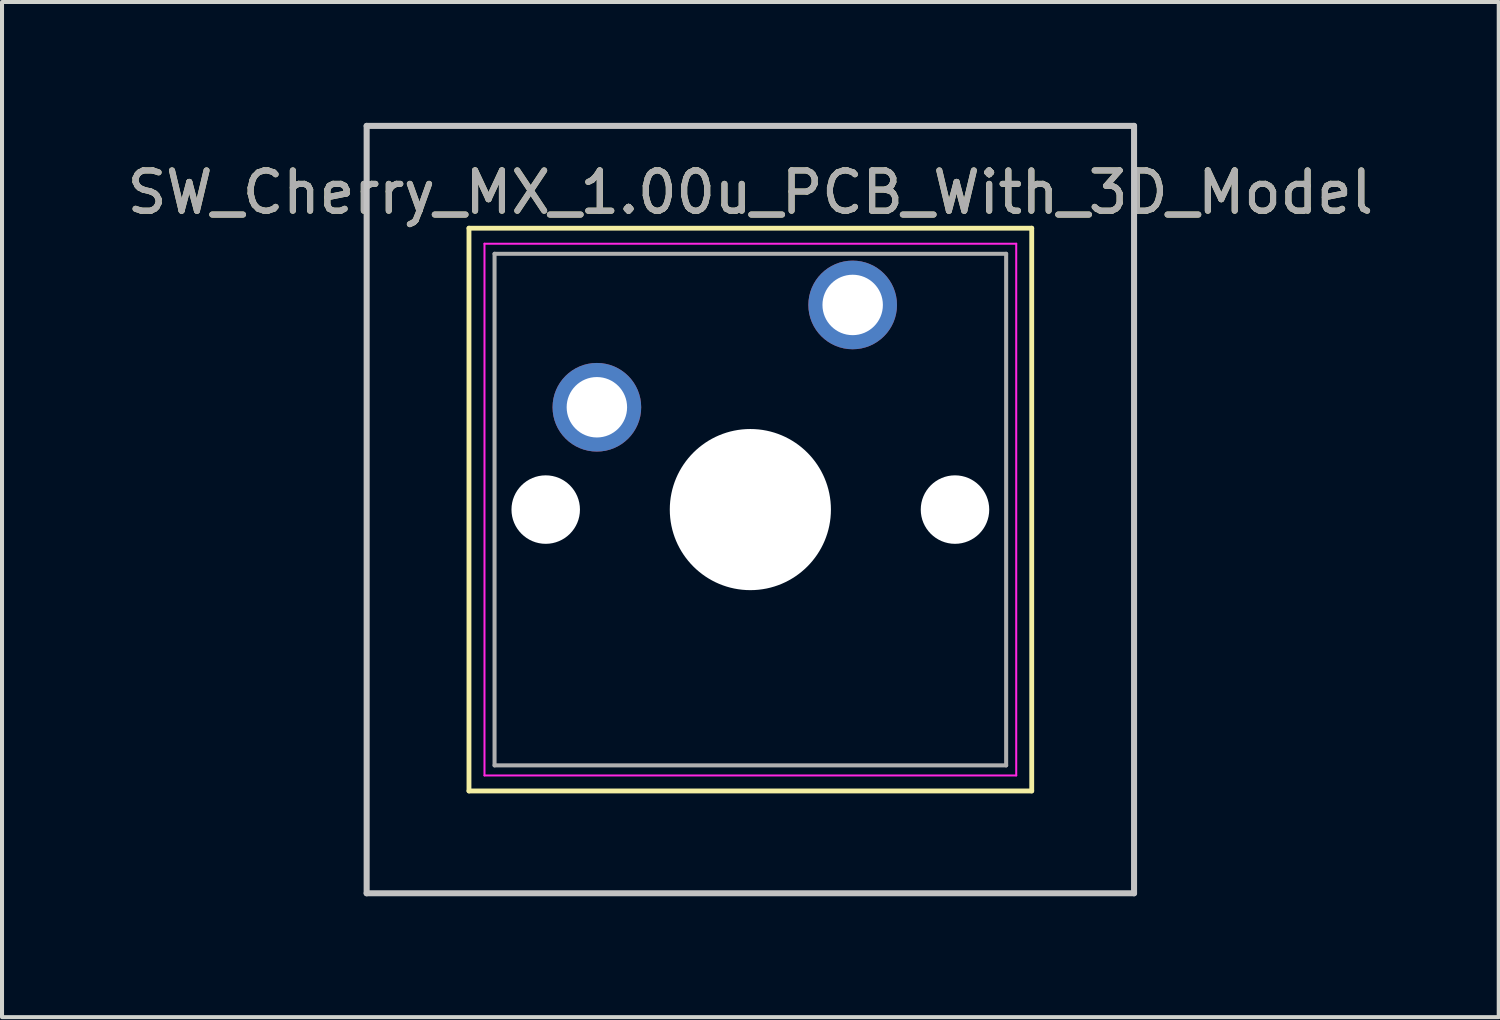
<source format=kicad_pcb>
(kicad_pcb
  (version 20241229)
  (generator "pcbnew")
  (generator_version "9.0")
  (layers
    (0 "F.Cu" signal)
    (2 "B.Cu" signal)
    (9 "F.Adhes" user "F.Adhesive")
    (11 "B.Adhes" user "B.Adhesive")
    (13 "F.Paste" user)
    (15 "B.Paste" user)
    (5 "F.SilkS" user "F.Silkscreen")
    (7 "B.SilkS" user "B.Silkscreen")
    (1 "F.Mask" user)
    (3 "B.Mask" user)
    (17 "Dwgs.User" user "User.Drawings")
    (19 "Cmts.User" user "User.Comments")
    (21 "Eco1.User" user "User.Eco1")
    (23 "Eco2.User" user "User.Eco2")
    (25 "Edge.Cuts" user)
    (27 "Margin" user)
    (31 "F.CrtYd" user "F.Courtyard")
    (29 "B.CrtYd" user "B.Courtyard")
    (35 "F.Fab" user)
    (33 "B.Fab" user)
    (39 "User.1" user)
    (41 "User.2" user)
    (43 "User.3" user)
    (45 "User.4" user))
  (footprint "SW_Cherry_MX_1.00u_PCB_With_3D_Model"
    (layer "F.Cu")
    (at 18.117 4.52)
    (property "Reference" "SW_Cherry_MX_1.00u_PCB_With_3D_Model" (at -2.54 -2.794 0) (layer "F.SilkS") (effects (font (size 1 1) (thickness 0.15))))
    (attr through_hole)
    (fp_line (start -9.525 -1.905) (end 4.445 -1.905) (stroke (width 0.12) (type solid)) (layer "F.SilkS"))
    (fp_line (start -9.525 12.065) (end -9.525 -1.905) (stroke (width 0.12) (type solid)) (layer "F.SilkS"))
    (fp_line (start 4.445 -1.905) (end 4.445 12.065) (stroke (width 0.12) (type solid)) (layer "F.SilkS"))
    (fp_line (start 4.445 12.065) (end -9.525 12.065) (stroke (width 0.12) (type solid)) (layer "F.SilkS"))
    (fp_line (start -12.065 -4.445) (end 6.985 -4.445) (stroke (width 0.15) (type solid)) (layer "Dwgs.User"))
    (fp_line (start -12.065 14.605) (end -12.065 -4.445) (stroke (width 0.15) (type solid)) (layer "Dwgs.User"))
    (fp_line (start 6.985 -4.445) (end 6.985 14.605) (stroke (width 0.15) (type solid)) (layer "Dwgs.User"))
    (fp_line (start 6.985 14.605) (end -12.065 14.605) (stroke (width 0.15) (type solid)) (layer "Dwgs.User"))
    (fp_line (start -9.14 -1.52) (end 4.06 -1.52) (stroke (width 0.05) (type solid)) (layer "F.CrtYd"))
    (fp_line (start -9.14 11.68) (end -9.14 -1.52) (stroke (width 0.05) (type solid)) (layer "F.CrtYd"))
    (fp_line (start 4.06 -1.52) (end 4.06 11.68) (stroke (width 0.05) (type solid)) (layer "F.CrtYd"))
    (fp_line (start 4.06 11.68) (end -9.14 11.68) (stroke (width 0.05) (type solid)) (layer "F.CrtYd"))
    (fp_line (start -8.89 -1.27) (end 3.81 -1.27) (stroke (width 0.1) (type solid)) (layer "F.Fab"))
    (fp_line (start -8.89 11.43) (end -8.89 -1.27) (stroke (width 0.1) (type solid)) (layer "F.Fab"))
    (fp_line (start 3.81 -1.27) (end 3.81 11.43) (stroke (width 0.1) (type solid)) (layer "F.Fab"))
    (fp_line (start 3.81 11.43) (end -8.89 11.43) (stroke (width 0.1) (type solid)) (layer "F.Fab"))
    (fp_text user "${REFERENCE}" (at -2.54 -2.794 0) (layer "F.Fab") (effects (font (size 1 1) (thickness 0.15))))
    (pad "" np_thru_hole circle (at -7.62 5.08) (size 1.7 1.7) (drill 1.7) (layers "*.Cu" "*.Mask"))
    (pad "" np_thru_hole circle (at -2.54 5.08) (size 4 4) (drill 4) (layers "*.Cu" "*.Mask"))
    (pad "" np_thru_hole circle (at 2.54 5.08) (size 1.7 1.7) (drill 1.7) (layers "*.Cu" "*.Mask"))
    (pad "1" thru_hole circle (at 0 0) (size 2.2 2.2) (drill 1.5) (layers "*.Cu" "*.Mask"))
    (pad "2" thru_hole circle (at -6.35 2.54) (size 2.2 2.2) (drill 1.5) (layers "*.Cu" "*.Mask")))
  (gr_rect
    (start -3 -3)
    (end 34.155 22.2)
    (stroke (width 0.1) (type default))
    (fill no)
    (layer "Edge.Cuts")))
</source>
